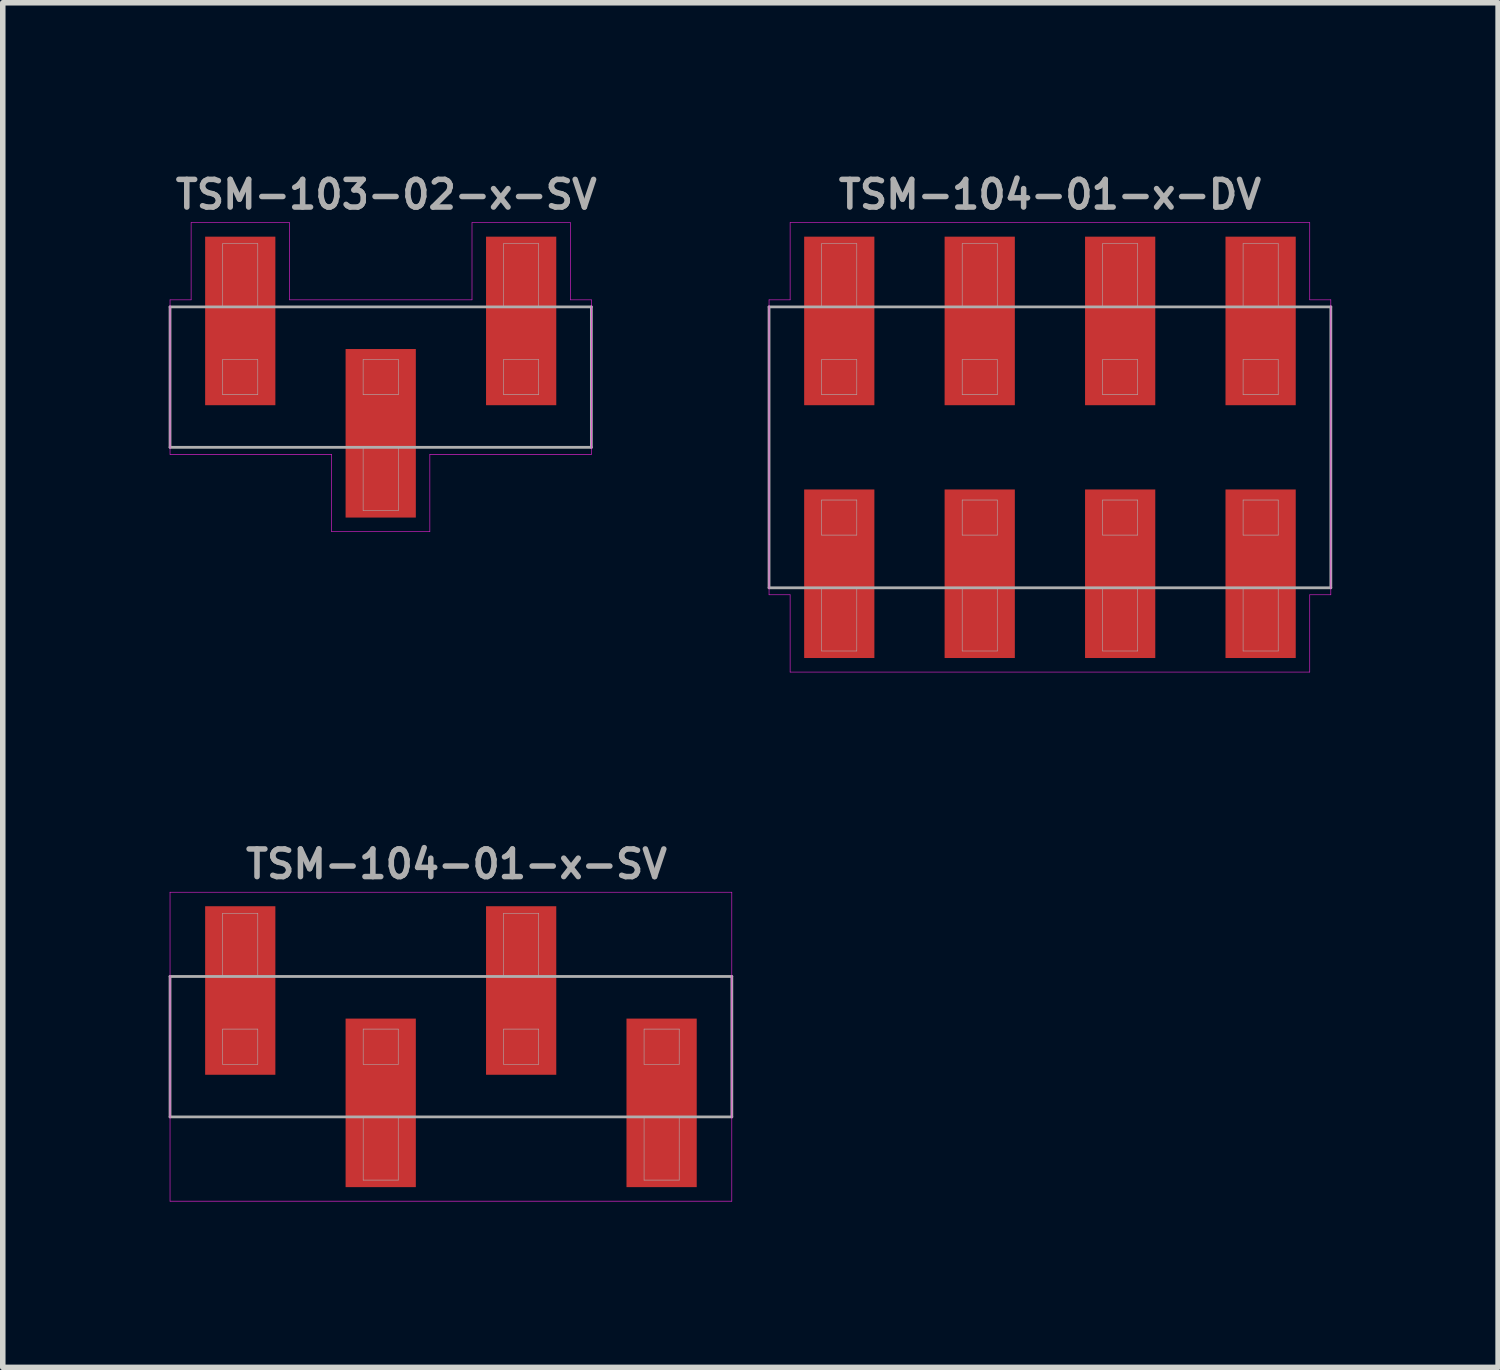
<source format=kicad_pcb>
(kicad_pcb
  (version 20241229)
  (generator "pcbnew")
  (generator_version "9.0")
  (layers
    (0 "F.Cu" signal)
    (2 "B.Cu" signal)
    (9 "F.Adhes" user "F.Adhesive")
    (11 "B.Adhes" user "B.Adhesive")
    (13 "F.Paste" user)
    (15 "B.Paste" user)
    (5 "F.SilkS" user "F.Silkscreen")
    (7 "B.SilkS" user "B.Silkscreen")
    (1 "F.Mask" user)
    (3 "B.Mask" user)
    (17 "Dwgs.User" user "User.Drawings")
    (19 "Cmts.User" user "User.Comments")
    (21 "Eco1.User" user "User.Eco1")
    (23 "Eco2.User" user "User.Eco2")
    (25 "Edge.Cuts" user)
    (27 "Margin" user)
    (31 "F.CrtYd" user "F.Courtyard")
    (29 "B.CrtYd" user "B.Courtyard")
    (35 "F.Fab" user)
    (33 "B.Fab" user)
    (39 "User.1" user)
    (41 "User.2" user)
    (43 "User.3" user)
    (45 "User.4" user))
  (footprint "TSM-104-01-x-SV"
    (layer "F.Cu")
    (at 5.105 15.879)
    (property "Reference" "TSM-104-01-x-SV" (at 0.1 -3.302 0) (layer "F.Fab") (effects (font (size 0.5 0.5) (thickness 0.1))))
    (attr smd)
    (fp_line (start -5.08 -2.794) (end -5.08 2.794) (stroke (width 0.01) (type solid)) (layer "F.CrtYd"))
    (fp_line (start -5.08 2.794) (end 5.08 2.794) (stroke (width 0.01) (type solid)) (layer "F.CrtYd"))
    (fp_line (start 5.08 -2.794) (end -5.08 -2.794) (stroke (width 0.01) (type solid)) (layer "F.CrtYd"))
    (fp_line (start 5.08 2.794) (end 5.08 -2.794) (stroke (width 0.01) (type solid)) (layer "F.CrtYd"))
    (fp_line (start -5.08 -1.27) (end -5.08 1.27) (stroke (width 0.05) (type solid)) (layer "F.Fab"))
    (fp_line (start -5.08 1.27) (end 5.08 1.27) (stroke (width 0.05) (type solid)) (layer "F.Fab"))
    (fp_line (start -4.128 -2.413) (end -3.493 -2.413) (stroke (width 0.01) (type solid)) (layer "F.Fab"))
    (fp_line (start -4.128 -1.27) (end -4.128 -2.413) (stroke (width 0.01) (type solid)) (layer "F.Fab"))
    (fp_line (start -4.128 -0.318) (end -4.128 0.318) (stroke (width 0.01) (type solid)) (layer "F.Fab"))
    (fp_line (start -4.128 0.318) (end -3.493 0.318) (stroke (width 0.01) (type solid)) (layer "F.Fab"))
    (fp_line (start -3.493 -2.413) (end -3.493 -1.27) (stroke (width 0.01) (type solid)) (layer "F.Fab"))
    (fp_line (start -3.493 -0.318) (end -4.128 -0.318) (stroke (width 0.01) (type solid)) (layer "F.Fab"))
    (fp_line (start -3.493 0.318) (end -3.493 -0.318) (stroke (width 0.01) (type solid)) (layer "F.Fab"))
    (fp_line (start -1.587 -0.318) (end -1.587 0.318) (stroke (width 0.01) (type solid)) (layer "F.Fab"))
    (fp_line (start -1.587 0.318) (end -0.953 0.318) (stroke (width 0.01) (type solid)) (layer "F.Fab"))
    (fp_line (start -1.587 2.413) (end -1.587 1.27) (stroke (width 0.01) (type solid)) (layer "F.Fab"))
    (fp_line (start -0.953 -0.318) (end -1.587 -0.318) (stroke (width 0.01) (type solid)) (layer "F.Fab"))
    (fp_line (start -0.953 0.318) (end -0.953 -0.318) (stroke (width 0.01) (type solid)) (layer "F.Fab"))
    (fp_line (start -0.953 1.27) (end -0.953 2.413) (stroke (width 0.01) (type solid)) (layer "F.Fab"))
    (fp_line (start -0.953 2.413) (end -1.587 2.413) (stroke (width 0.01) (type solid)) (layer "F.Fab"))
    (fp_line (start 0.953 -2.413) (end 1.587 -2.413) (stroke (width 0.01) (type solid)) (layer "F.Fab"))
    (fp_line (start 0.953 -1.27) (end 0.953 -2.413) (stroke (width 0.01) (type solid)) (layer "F.Fab"))
    (fp_line (start 0.953 -0.318) (end 0.953 0.318) (stroke (width 0.01) (type solid)) (layer "F.Fab"))
    (fp_line (start 0.953 0.318) (end 1.587 0.318) (stroke (width 0.01) (type solid)) (layer "F.Fab"))
    (fp_line (start 1.587 -2.413) (end 1.587 -1.27) (stroke (width 0.01) (type solid)) (layer "F.Fab"))
    (fp_line (start 1.587 -0.318) (end 0.953 -0.318) (stroke (width 0.01) (type solid)) (layer "F.Fab"))
    (fp_line (start 1.587 0.318) (end 1.587 -0.318) (stroke (width 0.01) (type solid)) (layer "F.Fab"))
    (fp_line (start 3.493 -0.318) (end 3.493 0.318) (stroke (width 0.01) (type solid)) (layer "F.Fab"))
    (fp_line (start 3.493 0.318) (end 4.128 0.318) (stroke (width 0.01) (type solid)) (layer "F.Fab"))
    (fp_line (start 3.493 2.413) (end 3.493 1.27) (stroke (width 0.01) (type solid)) (layer "F.Fab"))
    (fp_line (start 4.128 -0.318) (end 3.493 -0.318) (stroke (width 0.01) (type solid)) (layer "F.Fab"))
    (fp_line (start 4.128 0.318) (end 4.128 -0.318) (stroke (width 0.01) (type solid)) (layer "F.Fab"))
    (fp_line (start 4.128 1.27) (end 4.128 2.413) (stroke (width 0.01) (type solid)) (layer "F.Fab"))
    (fp_line (start 4.128 2.413) (end 3.493 2.413) (stroke (width 0.01) (type solid)) (layer "F.Fab"))
    (fp_line (start 5.08 -1.27) (end -5.08 -1.27) (stroke (width 0.05) (type solid)) (layer "F.Fab"))
    (fp_line (start 5.08 1.27) (end 5.08 -1.27) (stroke (width 0.05) (type solid)) (layer "F.Fab"))
    (pad "1" smd rect (at -3.81 -1.016) (size 1.27 3.048) (layers "F.Cu" "F.Mask" "F.Paste"))
    (pad "2" smd rect (at -1.27 1.016) (size 1.27 3.048) (layers "F.Cu" "F.Mask" "F.Paste"))
    (pad "3" smd rect (at 1.27 -1.016) (size 1.27 3.048) (layers "F.Cu" "F.Mask" "F.Paste"))
    (pad "4" smd rect (at 3.81 1.016) (size 1.27 3.048) (layers "F.Cu" "F.Mask" "F.Paste")))
  (footprint "TSM-104-01-x-DV"
    (layer "F.Cu")
    (at 15.938 5.04)
    (property "Reference" "TSM-104-01-x-DV" (at 0 -4.572 0) (layer "F.Fab") (effects (font (size 0.5 0.5) (thickness 0.1))))
    (attr smd)
    (fp_line (start -5.08 -2.667) (end -4.699 -2.667) (stroke (width 0.01) (type solid)) (layer "F.CrtYd"))
    (fp_line (start -5.08 2.667) (end -5.08 -2.667) (stroke (width 0.01) (type solid)) (layer "F.CrtYd"))
    (fp_line (start -4.699 -4.064) (end 4.699 -4.064) (stroke (width 0.01) (type solid)) (layer "F.CrtYd"))
    (fp_line (start -4.699 -2.667) (end -4.699 -4.064) (stroke (width 0.01) (type solid)) (layer "F.CrtYd"))
    (fp_line (start -4.699 2.667) (end -5.08 2.667) (stroke (width 0.01) (type solid)) (layer "F.CrtYd"))
    (fp_line (start -4.699 4.064) (end -4.699 2.667) (stroke (width 0.01) (type solid)) (layer "F.CrtYd"))
    (fp_line (start 4.699 -4.064) (end 4.699 -2.667) (stroke (width 0.01) (type solid)) (layer "F.CrtYd"))
    (fp_line (start 4.699 -2.667) (end 5.08 -2.667) (stroke (width 0.01) (type solid)) (layer "F.CrtYd"))
    (fp_line (start 4.699 2.667) (end 4.699 4.064) (stroke (width 0.01) (type solid)) (layer "F.CrtYd"))
    (fp_line (start 4.699 4.064) (end -4.699 4.064) (stroke (width 0.01) (type solid)) (layer "F.CrtYd"))
    (fp_line (start 5.08 -2.667) (end 5.08 2.667) (stroke (width 0.01) (type solid)) (layer "F.CrtYd"))
    (fp_line (start 5.08 2.667) (end 4.699 2.667) (stroke (width 0.01) (type solid)) (layer "F.CrtYd"))
    (fp_line (start -5.08 -2.54) (end 5.08 -2.54) (stroke (width 0.05) (type solid)) (layer "F.Fab"))
    (fp_line (start -5.08 2.54) (end -5.08 -2.54) (stroke (width 0.05) (type solid)) (layer "F.Fab"))
    (fp_line (start -4.128 -3.683) (end -3.493 -3.683) (stroke (width 0.01) (type solid)) (layer "F.Fab"))
    (fp_line (start -4.128 -2.54) (end -4.128 -3.683) (stroke (width 0.01) (type solid)) (layer "F.Fab"))
    (fp_line (start -4.128 -1.587) (end -4.128 -0.953) (stroke (width 0.01) (type solid)) (layer "F.Fab"))
    (fp_line (start -4.128 -0.953) (end -3.493 -0.953) (stroke (width 0.01) (type solid)) (layer "F.Fab"))
    (fp_line (start -4.128 0.953) (end -4.128 1.587) (stroke (width 0.01) (type solid)) (layer "F.Fab"))
    (fp_line (start -4.128 1.587) (end -3.493 1.587) (stroke (width 0.01) (type solid)) (layer "F.Fab"))
    (fp_line (start -4.128 3.683) (end -4.128 2.54) (stroke (width 0.01) (type solid)) (layer "F.Fab"))
    (fp_line (start -3.493 -3.683) (end -3.493 -2.54) (stroke (width 0.01) (type solid)) (layer "F.Fab"))
    (fp_line (start -3.493 -1.587) (end -4.128 -1.587) (stroke (width 0.01) (type solid)) (layer "F.Fab"))
    (fp_line (start -3.493 -0.953) (end -3.493 -1.587) (stroke (width 0.01) (type solid)) (layer "F.Fab"))
    (fp_line (start -3.493 0.953) (end -4.128 0.953) (stroke (width 0.01) (type solid)) (layer "F.Fab"))
    (fp_line (start -3.493 1.587) (end -3.493 0.953) (stroke (width 0.01) (type solid)) (layer "F.Fab"))
    (fp_line (start -3.493 2.54) (end -3.493 3.683) (stroke (width 0.01) (type solid)) (layer "F.Fab"))
    (fp_line (start -3.493 3.683) (end -4.128 3.683) (stroke (width 0.01) (type solid)) (layer "F.Fab"))
    (fp_line (start -1.587 -3.683) (end -0.953 -3.683) (stroke (width 0.01) (type solid)) (layer "F.Fab"))
    (fp_line (start -1.587 -2.54) (end -1.587 -3.683) (stroke (width 0.01) (type solid)) (layer "F.Fab"))
    (fp_line (start -1.587 -1.587) (end -1.587 -0.953) (stroke (width 0.01) (type solid)) (layer "F.Fab"))
    (fp_line (start -1.587 -0.953) (end -0.953 -0.953) (stroke (width 0.01) (type solid)) (layer "F.Fab"))
    (fp_line (start -1.587 0.953) (end -1.587 1.587) (stroke (width 0.01) (type solid)) (layer "F.Fab"))
    (fp_line (start -1.587 1.587) (end -0.953 1.587) (stroke (width 0.01) (type solid)) (layer "F.Fab"))
    (fp_line (start -1.587 3.683) (end -1.587 2.54) (stroke (width 0.01) (type solid)) (layer "F.Fab"))
    (fp_line (start -0.953 -3.683) (end -0.953 -2.54) (stroke (width 0.01) (type solid)) (layer "F.Fab"))
    (fp_line (start -0.953 -1.587) (end -1.587 -1.587) (stroke (width 0.01) (type solid)) (layer "F.Fab"))
    (fp_line (start -0.953 -0.953) (end -0.953 -1.587) (stroke (width 0.01) (type solid)) (layer "F.Fab"))
    (fp_line (start -0.953 0.953) (end -1.587 0.953) (stroke (width 0.01) (type solid)) (layer "F.Fab"))
    (fp_line (start -0.953 1.587) (end -0.953 0.953) (stroke (width 0.01) (type solid)) (layer "F.Fab"))
    (fp_line (start -0.953 2.54) (end -0.953 3.683) (stroke (width 0.01) (type solid)) (layer "F.Fab"))
    (fp_line (start -0.953 3.683) (end -1.587 3.683) (stroke (width 0.01) (type solid)) (layer "F.Fab"))
    (fp_line (start 0.953 -3.683) (end 1.587 -3.683) (stroke (width 0.01) (type solid)) (layer "F.Fab"))
    (fp_line (start 0.953 -2.54) (end 0.953 -3.683) (stroke (width 0.01) (type solid)) (layer "F.Fab"))
    (fp_line (start 0.953 -1.587) (end 0.953 -0.953) (stroke (width 0.01) (type solid)) (layer "F.Fab"))
    (fp_line (start 0.953 -0.953) (end 1.587 -0.953) (stroke (width 0.01) (type solid)) (layer "F.Fab"))
    (fp_line (start 0.953 0.953) (end 0.953 1.587) (stroke (width 0.01) (type solid)) (layer "F.Fab"))
    (fp_line (start 0.953 1.587) (end 1.587 1.587) (stroke (width 0.01) (type solid)) (layer "F.Fab"))
    (fp_line (start 0.953 3.683) (end 0.953 2.54) (stroke (width 0.01) (type solid)) (layer "F.Fab"))
    (fp_line (start 1.587 -3.683) (end 1.587 -2.54) (stroke (width 0.01) (type solid)) (layer "F.Fab"))
    (fp_line (start 1.587 -1.587) (end 0.953 -1.587) (stroke (width 0.01) (type solid)) (layer "F.Fab"))
    (fp_line (start 1.587 -0.953) (end 1.587 -1.587) (stroke (width 0.01) (type solid)) (layer "F.Fab"))
    (fp_line (start 1.587 0.953) (end 0.953 0.953) (stroke (width 0.01) (type solid)) (layer "F.Fab"))
    (fp_line (start 1.587 1.587) (end 1.587 0.953) (stroke (width 0.01) (type solid)) (layer "F.Fab"))
    (fp_line (start 1.587 2.54) (end 1.587 3.683) (stroke (width 0.01) (type solid)) (layer "F.Fab"))
    (fp_line (start 1.587 3.683) (end 0.953 3.683) (stroke (width 0.01) (type solid)) (layer "F.Fab"))
    (fp_line (start 3.493 -3.683) (end 4.128 -3.683) (stroke (width 0.01) (type solid)) (layer "F.Fab"))
    (fp_line (start 3.493 -2.54) (end 3.493 -3.683) (stroke (width 0.01) (type solid)) (layer "F.Fab"))
    (fp_line (start 3.493 -1.587) (end 3.493 -0.953) (stroke (width 0.01) (type solid)) (layer "F.Fab"))
    (fp_line (start 3.493 -0.953) (end 4.128 -0.953) (stroke (width 0.01) (type solid)) (layer "F.Fab"))
    (fp_line (start 3.493 0.953) (end 3.493 1.587) (stroke (width 0.01) (type solid)) (layer "F.Fab"))
    (fp_line (start 3.493 1.587) (end 4.128 1.587) (stroke (width 0.01) (type solid)) (layer "F.Fab"))
    (fp_line (start 3.493 3.683) (end 3.493 2.54) (stroke (width 0.01) (type solid)) (layer "F.Fab"))
    (fp_line (start 4.128 -3.683) (end 4.128 -2.54) (stroke (width 0.01) (type solid)) (layer "F.Fab"))
    (fp_line (start 4.128 -1.587) (end 3.493 -1.587) (stroke (width 0.01) (type solid)) (layer "F.Fab"))
    (fp_line (start 4.128 -0.953) (end 4.128 -1.587) (stroke (width 0.01) (type solid)) (layer "F.Fab"))
    (fp_line (start 4.128 0.953) (end 3.493 0.953) (stroke (width 0.01) (type solid)) (layer "F.Fab"))
    (fp_line (start 4.128 1.587) (end 4.128 0.953) (stroke (width 0.01) (type solid)) (layer "F.Fab"))
    (fp_line (start 4.128 2.54) (end 4.128 3.683) (stroke (width 0.01) (type solid)) (layer "F.Fab"))
    (fp_line (start 4.128 3.683) (end 3.493 3.683) (stroke (width 0.01) (type solid)) (layer "F.Fab"))
    (fp_line (start 5.08 -2.54) (end 5.08 2.54) (stroke (width 0.05) (type solid)) (layer "F.Fab"))
    (fp_line (start 5.08 2.54) (end -5.08 2.54) (stroke (width 0.05) (type solid)) (layer "F.Fab"))
    (pad "1" smd rect (at -3.81 2.286) (size 1.27 3.048) (layers "F.Cu" "F.Mask" "F.Paste"))
    (pad "2" smd rect (at -3.81 -2.286) (size 1.27 3.048) (layers "F.Cu" "F.Mask" "F.Paste"))
    (pad "3" smd rect (at -1.27 2.286) (size 1.27 3.048) (layers "F.Cu" "F.Mask" "F.Paste"))
    (pad "4" smd rect (at -1.27 -2.286) (size 1.27 3.048) (layers "F.Cu" "F.Mask" "F.Paste"))
    (pad "5" smd rect (at 1.27 2.286) (size 1.27 3.048) (layers "F.Cu" "F.Mask" "F.Paste"))
    (pad "6" smd rect (at 1.27 -2.286) (size 1.27 3.048) (layers "F.Cu" "F.Mask" "F.Paste"))
    (pad "7" smd rect (at 3.81 2.286) (size 1.27 3.048) (layers "F.Cu" "F.Mask" "F.Paste"))
    (pad "8" smd rect (at 3.81 -2.286) (size 1.27 3.048) (layers "F.Cu" "F.Mask" "F.Paste")))
  (footprint "TSM-103-02-x-SV"
    (layer "F.Cu")
    (at 3.835 3.77)
    (property "Reference" "TSM-103-02-x-SV" (at 0.1 -3.302 0) (layer "F.Fab") (effects (font (size 0.5 0.5) (thickness 0.1))))
    (attr smd)
    (fp_line (start -3.81 -1.397) (end -3.81 1.397) (stroke (width 0.01) (type solid)) (layer "F.CrtYd"))
    (fp_line (start -3.81 1.397) (end -0.889 1.397) (stroke (width 0.01) (type solid)) (layer "F.CrtYd"))
    (fp_line (start -3.429 -2.794) (end -3.429 -1.397) (stroke (width 0.01) (type solid)) (layer "F.CrtYd"))
    (fp_line (start -3.429 -1.397) (end -3.81 -1.397) (stroke (width 0.01) (type solid)) (layer "F.CrtYd"))
    (fp_line (start -1.651 -2.794) (end -3.429 -2.794) (stroke (width 0.01) (type solid)) (layer "F.CrtYd"))
    (fp_line (start -1.651 -1.397) (end -1.651 -2.794) (stroke (width 0.01) (type solid)) (layer "F.CrtYd"))
    (fp_line (start -0.889 1.397) (end -0.889 2.794) (stroke (width 0.01) (type solid)) (layer "F.CrtYd"))
    (fp_line (start -0.889 2.794) (end 0.889 2.794) (stroke (width 0.01) (type solid)) (layer "F.CrtYd"))
    (fp_line (start 0.889 1.397) (end 3.81 1.397) (stroke (width 0.01) (type solid)) (layer "F.CrtYd"))
    (fp_line (start 0.889 2.794) (end 0.889 1.397) (stroke (width 0.01) (type solid)) (layer "F.CrtYd"))
    (fp_line (start 1.651 -2.794) (end 1.651 -1.397) (stroke (width 0.01) (type solid)) (layer "F.CrtYd"))
    (fp_line (start 1.651 -1.397) (end -1.651 -1.397) (stroke (width 0.01) (type solid)) (layer "F.CrtYd"))
    (fp_line (start 3.429 -2.794) (end 1.651 -2.794) (stroke (width 0.01) (type solid)) (layer "F.CrtYd"))
    (fp_line (start 3.429 -1.397) (end 3.429 -2.794) (stroke (width 0.01) (type solid)) (layer "F.CrtYd"))
    (fp_line (start 3.81 -1.397) (end 3.429 -1.397) (stroke (width 0.01) (type solid)) (layer "F.CrtYd"))
    (fp_line (start 3.81 1.397) (end 3.81 -1.397) (stroke (width 0.01) (type solid)) (layer "F.CrtYd"))
    (fp_line (start -3.81 -1.27) (end -3.81 1.27) (stroke (width 0.05) (type solid)) (layer "F.Fab"))
    (fp_line (start -3.81 1.27) (end 3.81 1.27) (stroke (width 0.05) (type solid)) (layer "F.Fab"))
    (fp_line (start -2.857 -2.413) (end -2.223 -2.413) (stroke (width 0.01) (type solid)) (layer "F.Fab"))
    (fp_line (start -2.857 -1.27) (end -2.857 -2.413) (stroke (width 0.01) (type solid)) (layer "F.Fab"))
    (fp_line (start -2.857 -0.318) (end -2.857 0.318) (stroke (width 0.01) (type solid)) (layer "F.Fab"))
    (fp_line (start -2.857 0.318) (end -2.223 0.318) (stroke (width 0.01) (type solid)) (layer "F.Fab"))
    (fp_line (start -2.223 -2.413) (end -2.223 -1.27) (stroke (width 0.01) (type solid)) (layer "F.Fab"))
    (fp_line (start -2.223 -0.318) (end -2.857 -0.318) (stroke (width 0.01) (type solid)) (layer "F.Fab"))
    (fp_line (start -2.223 0.318) (end -2.223 -0.318) (stroke (width 0.01) (type solid)) (layer "F.Fab"))
    (fp_line (start -0.318 -0.318) (end -0.318 0.318) (stroke (width 0.01) (type solid)) (layer "F.Fab"))
    (fp_line (start -0.318 0.318) (end 0.318 0.318) (stroke (width 0.01) (type solid)) (layer "F.Fab"))
    (fp_line (start -0.318 2.413) (end -0.318 1.27) (stroke (width 0.01) (type solid)) (layer "F.Fab"))
    (fp_line (start 0.318 -0.318) (end -0.318 -0.318) (stroke (width 0.01) (type solid)) (layer "F.Fab"))
    (fp_line (start 0.318 0.318) (end 0.318 -0.318) (stroke (width 0.01) (type solid)) (layer "F.Fab"))
    (fp_line (start 0.318 1.27) (end 0.318 2.413) (stroke (width 0.01) (type solid)) (layer "F.Fab"))
    (fp_line (start 0.318 2.413) (end -0.318 2.413) (stroke (width 0.01) (type solid)) (layer "F.Fab"))
    (fp_line (start 2.223 -2.413) (end 2.857 -2.413) (stroke (width 0.01) (type solid)) (layer "F.Fab"))
    (fp_line (start 2.223 -1.27) (end 2.223 -2.413) (stroke (width 0.01) (type solid)) (layer "F.Fab"))
    (fp_line (start 2.223 -0.318) (end 2.223 0.318) (stroke (width 0.01) (type solid)) (layer "F.Fab"))
    (fp_line (start 2.223 0.318) (end 2.857 0.318) (stroke (width 0.01) (type solid)) (layer "F.Fab"))
    (fp_line (start 2.857 -2.413) (end 2.857 -1.27) (stroke (width 0.01) (type solid)) (layer "F.Fab"))
    (fp_line (start 2.857 -0.318) (end 2.223 -0.318) (stroke (width 0.01) (type solid)) (layer "F.Fab"))
    (fp_line (start 2.857 0.318) (end 2.857 -0.318) (stroke (width 0.01) (type solid)) (layer "F.Fab"))
    (fp_line (start 3.81 -1.27) (end -3.81 -1.27) (stroke (width 0.05) (type solid)) (layer "F.Fab"))
    (fp_line (start 3.81 1.27) (end 3.81 -1.27) (stroke (width 0.05) (type solid)) (layer "F.Fab"))
    (pad "1" smd rect (at -2.54 -1.016) (size 1.27 3.048) (layers "F.Cu" "F.Mask" "F.Paste"))
    (pad "2" smd rect (at 0 1.016) (size 1.27 3.048) (layers "F.Cu" "F.Mask" "F.Paste"))
    (pad "3" smd rect (at 2.54 -1.016) (size 1.27 3.048) (layers "F.Cu" "F.Mask" "F.Paste")))
  (gr_rect
    (start -3 -3)
    (end 24.043 21.678)
    (stroke (width 0.1) (type default))
    (fill no)
    (layer "Edge.Cuts")))
</source>
